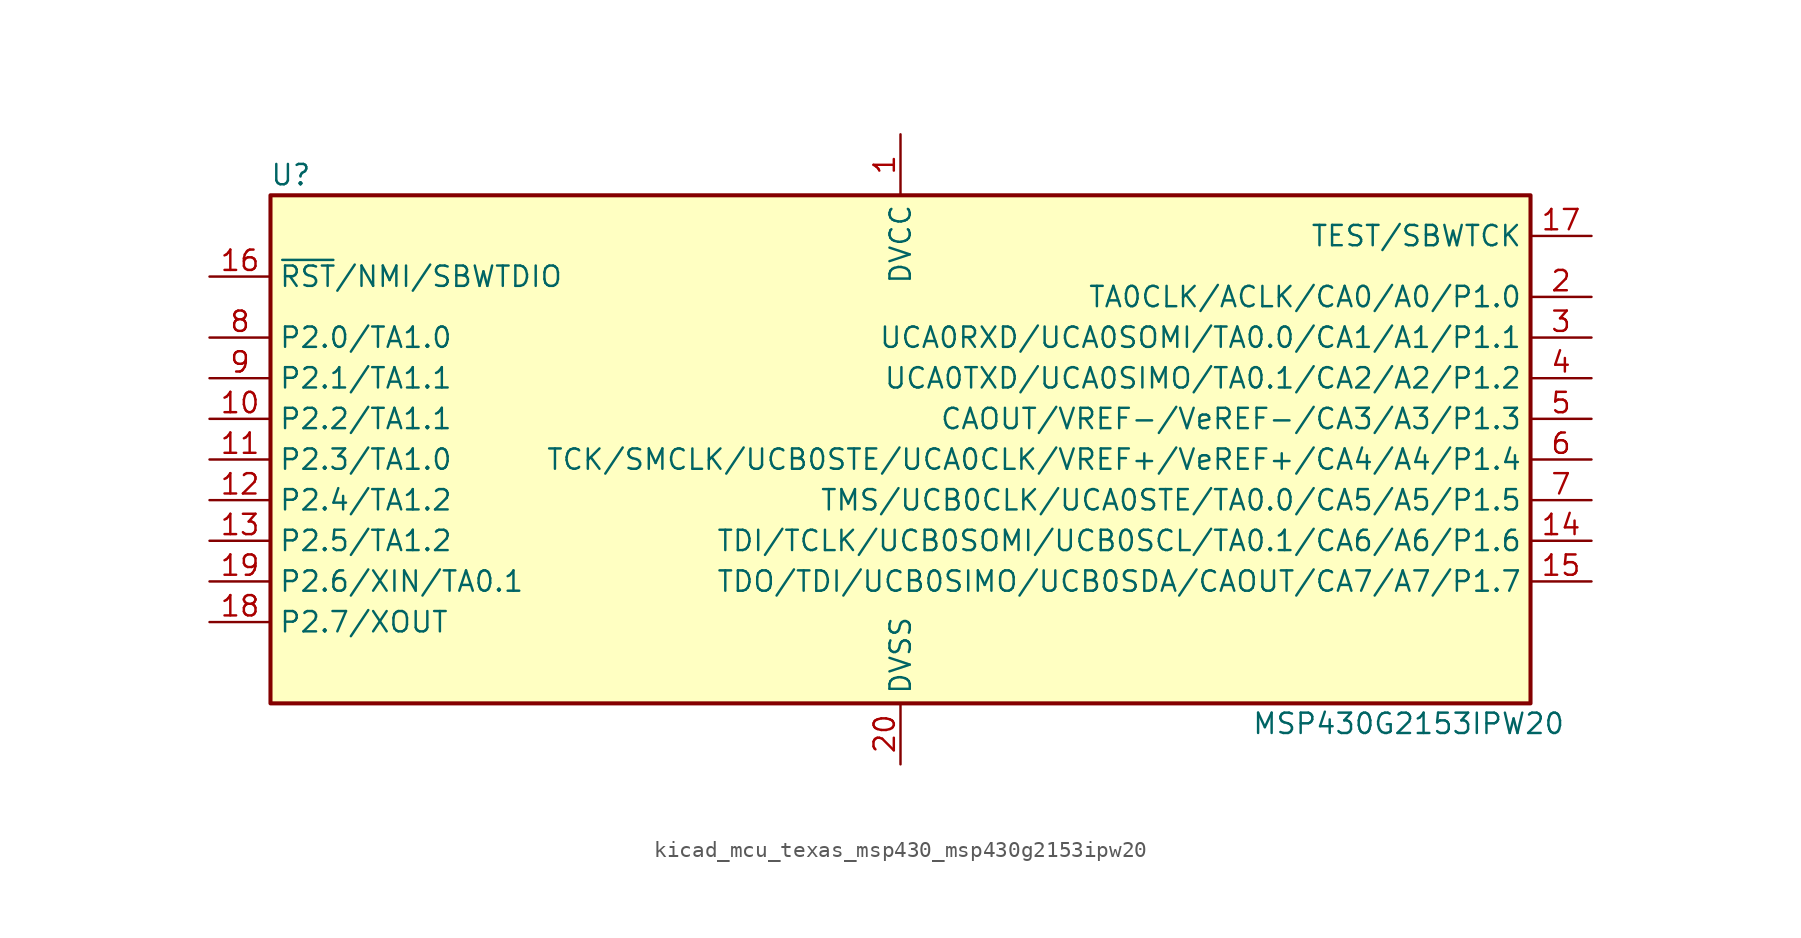
<source format=kicad_sym>
(kicad_symbol_lib
  (version 20220914)
  (generator kicad_symbol_editor)
  (symbol "kicad_mcu_texas_msp430_msp430g2153ipw20"
    (property "Reference" "U"
      (at -38.1 17.78 0)
      (effects (font (size 1.27 1.27))))
    (property "Value" "MSP430G2153IPW20"
      (at 31.75 -16.51 0)
      (effects (font (size 1.27 1.27))))
    (symbol "kicad_mcu_texas_msp430_msp430g2153ipw20_0_1"
      (rectangle (start -39.37 16.51) (end 39.37 -15.24) (stroke (width 0.254) (type default)) (fill (type background))))
    (symbol "kicad_mcu_texas_msp430_msp430g2153ipw20_1_1"
      (pin power_in line (at 0 20.32 270) (length 3.81) (name "DVCC" (effects (font (size 1.27 1.27)))) (number "1" (effects (font (size 1.27 1.27)))))
      (pin bidirectional line (at -43.18 2.54 0) (length 3.81) (name "P2.2/TA1.1" (effects (font (size 1.27 1.27)))) (number "10" (effects (font (size 1.27 1.27)))))
      (pin bidirectional line (at -43.18 0 0) (length 3.81) (name "P2.3/TA1.0" (effects (font (size 1.27 1.27)))) (number "11" (effects (font (size 1.27 1.27)))))
      (pin bidirectional line (at -43.18 -2.54 0) (length 3.81) (name "P2.4/TA1.2" (effects (font (size 1.27 1.27)))) (number "12" (effects (font (size 1.27 1.27)))))
      (pin bidirectional line (at -43.18 -5.08 0) (length 3.81) (name "P2.5/TA1.2" (effects (font (size 1.27 1.27)))) (number "13" (effects (font (size 1.27 1.27)))))
      (pin bidirectional line (at 43.18 -5.08 180) (length 3.81) (name "TDI/TCLK/UCB0SOMI/UCB0SCL/TA0.1/CA6/A6/P1.6" (effects (font (size 1.27 1.27)))) (number "14" (effects (font (size 1.27 1.27)))))
      (pin bidirectional line (at 43.18 -7.62 180) (length 3.81) (name "TDO/TDI/UCB0SIMO/UCB0SDA/CAOUT/CA7/A7/P1.7" (effects (font (size 1.27 1.27)))) (number "15" (effects (font (size 1.27 1.27)))))
      (pin input line (at -43.18 11.43 0) (length 3.81) (name "~{RST}/NMI/SBWTDIO" (effects (font (size 1.27 1.27)))) (number "16" (effects (font (size 1.27 1.27)))))
      (pin input line (at 43.18 13.97 180) (length 3.81) (name "TEST/SBWTCK" (effects (font (size 1.27 1.27)))) (number "17" (effects (font (size 1.27 1.27)))))
      (pin bidirectional line (at -43.18 -10.16 0) (length 3.81) (name "P2.7/XOUT" (effects (font (size 1.27 1.27)))) (number "18" (effects (font (size 1.27 1.27)))))
      (pin bidirectional line (at -43.18 -7.62 0) (length 3.81) (name "P2.6/XIN/TA0.1" (effects (font (size 1.27 1.27)))) (number "19" (effects (font (size 1.27 1.27)))))
      (pin bidirectional line (at 43.18 10.16 180) (length 3.81) (name "TA0CLK/ACLK/CA0/A0/P1.0" (effects (font (size 1.27 1.27)))) (number "2" (effects (font (size 1.27 1.27)))))
      (pin power_in line (at 0 -19.05 90) (length 3.81) (name "DVSS" (effects (font (size 1.27 1.27)))) (number "20" (effects (font (size 1.27 1.27)))))
      (pin bidirectional line (at 43.18 7.62 180) (length 3.81) (name "UCA0RXD/UCA0SOMI/TA0.0/CA1/A1/P1.1" (effects (font (size 1.27 1.27)))) (number "3" (effects (font (size 1.27 1.27)))))
      (pin bidirectional line (at 43.18 5.08 180) (length 3.81) (name "UCA0TXD/UCA0SIMO/TA0.1/CA2/A2/P1.2" (effects (font (size 1.27 1.27)))) (number "4" (effects (font (size 1.27 1.27)))))
      (pin bidirectional line (at 43.18 2.54 180) (length 3.81) (name "CAOUT/VREF-/VeREF-/CA3/A3/P1.3" (effects (font (size 1.27 1.27)))) (number "5" (effects (font (size 1.27 1.27)))))
      (pin bidirectional line (at 43.18 0 180) (length 3.81) (name "TCK/SMCLK/UCB0STE/UCA0CLK/VREF+/VeREF+/CA4/A4/P1.4" (effects (font (size 1.27 1.27)))) (number "6" (effects (font (size 1.27 1.27)))))
      (pin bidirectional line (at 43.18 -2.54 180) (length 3.81) (name "TMS/UCB0CLK/UCA0STE/TA0.0/CA5/A5/P1.5" (effects (font (size 1.27 1.27)))) (number "7" (effects (font (size 1.27 1.27)))))
      (pin bidirectional line (at -43.18 7.62 0) (length 3.81) (name "P2.0/TA1.0" (effects (font (size 1.27 1.27)))) (number "8" (effects (font (size 1.27 1.27)))))
      (pin bidirectional line (at -43.18 5.08 0) (length 3.81) (name "P2.1/TA1.1" (effects (font (size 1.27 1.27)))) (number "9" (effects (font (size 1.27 1.27))))))))
</source>
